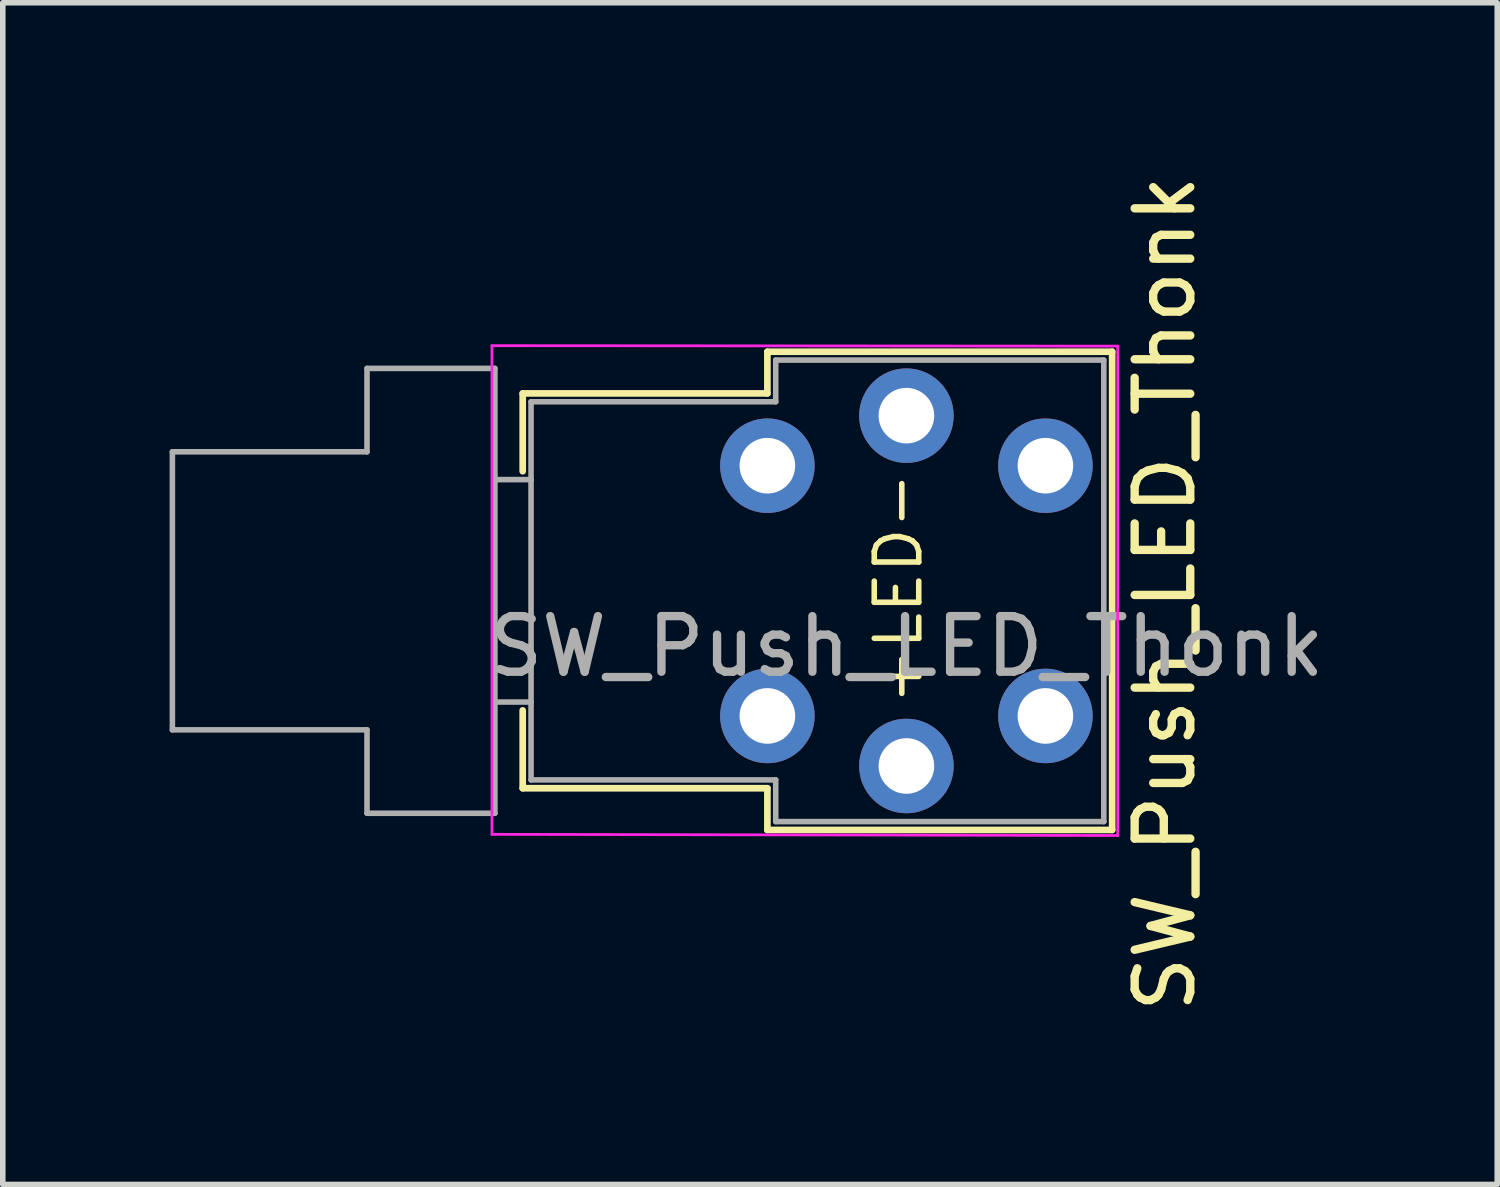
<source format=kicad_pcb>
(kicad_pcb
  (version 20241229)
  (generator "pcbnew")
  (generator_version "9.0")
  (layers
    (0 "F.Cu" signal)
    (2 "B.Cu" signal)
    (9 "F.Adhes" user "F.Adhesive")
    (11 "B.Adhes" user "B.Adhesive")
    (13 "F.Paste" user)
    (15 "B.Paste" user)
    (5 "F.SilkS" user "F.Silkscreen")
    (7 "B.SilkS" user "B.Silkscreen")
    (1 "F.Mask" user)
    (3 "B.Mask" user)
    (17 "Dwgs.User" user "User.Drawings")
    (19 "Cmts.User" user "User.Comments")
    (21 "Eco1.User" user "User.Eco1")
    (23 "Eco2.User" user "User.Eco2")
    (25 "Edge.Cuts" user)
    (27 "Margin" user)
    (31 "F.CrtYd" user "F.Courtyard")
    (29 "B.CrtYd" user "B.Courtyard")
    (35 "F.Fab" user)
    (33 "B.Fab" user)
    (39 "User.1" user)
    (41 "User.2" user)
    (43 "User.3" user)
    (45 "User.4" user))
  (footprint "SW_Push_LED_Thonk"
    (layer "F.Cu")
    (at 10.75 5.325)
    (property "Reference" "SW_Push_LED_Thonk" (at 7.15 2.3 90) (layer "F.SilkS") (effects (font (size 1 1) (thickness 0.15))))
    (attr through_hole)
    (fp_line (start -4.4 -1.3) (end -4.4 0.1) (stroke (width 0.12) (type solid)) (layer "F.SilkS"))
    (fp_line (start -4.4 5.8) (end -4.4 4.4) (stroke (width 0.12) (type solid)) (layer "F.SilkS"))
    (fp_line (start 0 -2.05) (end 6.2 -2.05) (stroke (width 0.12) (type solid)) (layer "F.SilkS"))
    (fp_line (start 0 -1.3) (end -4.4 -1.3) (stroke (width 0.12) (type solid)) (layer "F.SilkS"))
    (fp_line (start 0 -1.3) (end 0 -2.05) (stroke (width 0.12) (type solid)) (layer "F.SilkS"))
    (fp_line (start 0 5.8) (end -4.4 5.8) (stroke (width 0.12) (type solid)) (layer "F.SilkS"))
    (fp_line (start 0 6.55) (end 0 5.8) (stroke (width 0.12) (type solid)) (layer "F.SilkS"))
    (fp_line (start 6.2 -2.05) (end 6.2 6.55) (stroke (width 0.12) (type solid)) (layer "F.SilkS"))
    (fp_line (start 6.2 6.55) (end 0 6.55) (stroke (width 0.12) (type solid)) (layer "F.SilkS"))
    (fp_line (start -4.953 6.629) (end -4.953 -2.159) (stroke (width 0.05) (type solid)) (layer "F.CrtYd"))
    (fp_line (start 6.3 -2.15) (end -4.953 -2.159) (stroke (width 0.05) (type solid)) (layer "F.CrtYd"))
    (fp_line (start 6.3 -2.15) (end 6.3 6.65) (stroke (width 0.05) (type solid)) (layer "F.CrtYd"))
    (fp_line (start 6.3 6.65) (end -4.953 6.629) (stroke (width 0.05) (type solid)) (layer "F.CrtYd"))
    (fp_line (start -10.7 -0.25) (end -10.7 4.75) (stroke (width 0.1) (type solid)) (layer "F.Fab"))
    (fp_line (start -10.7 4.75) (end -7.2 4.75) (stroke (width 0.1) (type solid)) (layer "F.Fab"))
    (fp_line (start -7.2 -1.75) (end -7.2 -0.25) (stroke (width 0.1) (type solid)) (layer "F.Fab"))
    (fp_line (start -7.2 -0.25) (end -10.7 -0.25) (stroke (width 0.1) (type solid)) (layer "F.Fab"))
    (fp_line (start -7.2 4.75) (end -7.2 6.25) (stroke (width 0.1) (type solid)) (layer "F.Fab"))
    (fp_line (start -7.2 6.25) (end -4.9 6.25) (stroke (width 0.1) (type solid)) (layer "F.Fab"))
    (fp_line (start -4.9 -1.75) (end -7.2 -1.75) (stroke (width 0.1) (type solid)) (layer "F.Fab"))
    (fp_line (start -4.9 0.25) (end -4.25 0.25) (stroke (width 0.1) (type solid)) (layer "F.Fab"))
    (fp_line (start -4.9 4.25) (end -4.25 4.25) (stroke (width 0.1) (type solid)) (layer "F.Fab"))
    (fp_line (start -4.9 6.25) (end -4.9 -1.75) (stroke (width 0.1) (type solid)) (layer "F.Fab"))
    (fp_line (start -4.25 -1.15) (end -4.25 5.65) (stroke (width 0.1) (type solid)) (layer "F.Fab"))
    (fp_line (start -4.25 5.65) (end 0.15 5.65) (stroke (width 0.1) (type solid)) (layer "F.Fab"))
    (fp_line (start 0.15 -1.9) (end 0.15 -1.15) (stroke (width 0.1) (type solid)) (layer "F.Fab"))
    (fp_line (start 0.15 -1.15) (end -4.25 -1.15) (stroke (width 0.1) (type solid)) (layer "F.Fab"))
    (fp_line (start 0.15 5.65) (end 0.15 6.4) (stroke (width 0.1) (type solid)) (layer "F.Fab"))
    (fp_line (start 0.15 6.4) (end 6.05 6.4) (stroke (width 0.1) (type solid)) (layer "F.Fab"))
    (fp_line (start 6.05 -1.9) (end 0.15 -1.9) (stroke (width 0.1) (type solid)) (layer "F.Fab"))
    (fp_line (start 6.05 6.4) (end 6.05 -1.9) (stroke (width 0.1) (type solid)) (layer "F.Fab"))
    (fp_text user "+LED-" (at 2.825 4.35 90) (unlocked yes) (layer "F.SilkS") (effects (font (size 0.8 0.8) (thickness 0.1)) (justify left bottom)))
    (fp_text user "${REFERENCE}" (at 2.5 3.25 0) (layer "F.Fab") (effects (font (size 1 1) (thickness 0.15))))
    (pad "1" thru_hole circle (at 0 0) (size 1.7 1.7) (drill 1) (layers "*.Cu" "*.Mask"))
    (pad "2" thru_hole circle (at 0 4.5) (size 1.7 1.7) (drill 1) (layers "*.Cu" "*.Mask"))
    (pad "3" thru_hole circle (at 5 0) (size 1.7 1.7) (drill 1) (layers "*.Cu" "*.Mask"))
    (pad "4" thru_hole circle (at 5 4.5) (size 1.7 1.7) (drill 1) (layers "*.Cu" "*.Mask"))
    (pad "L1" thru_hole circle (at 2.5 5.4) (size 1.7 1.7) (drill 1) (layers "*.Cu" "*.Mask"))
    (pad "L2" thru_hole circle (at 2.5 -0.9) (size 1.7 1.7) (drill 1) (layers "*.Cu" "*.Mask")))
  (gr_rect
    (start -3 -3)
    (end 23.875 18.25)
    (stroke (width 0.1) (type default))
    (fill no)
    (layer "Edge.Cuts")))
</source>
